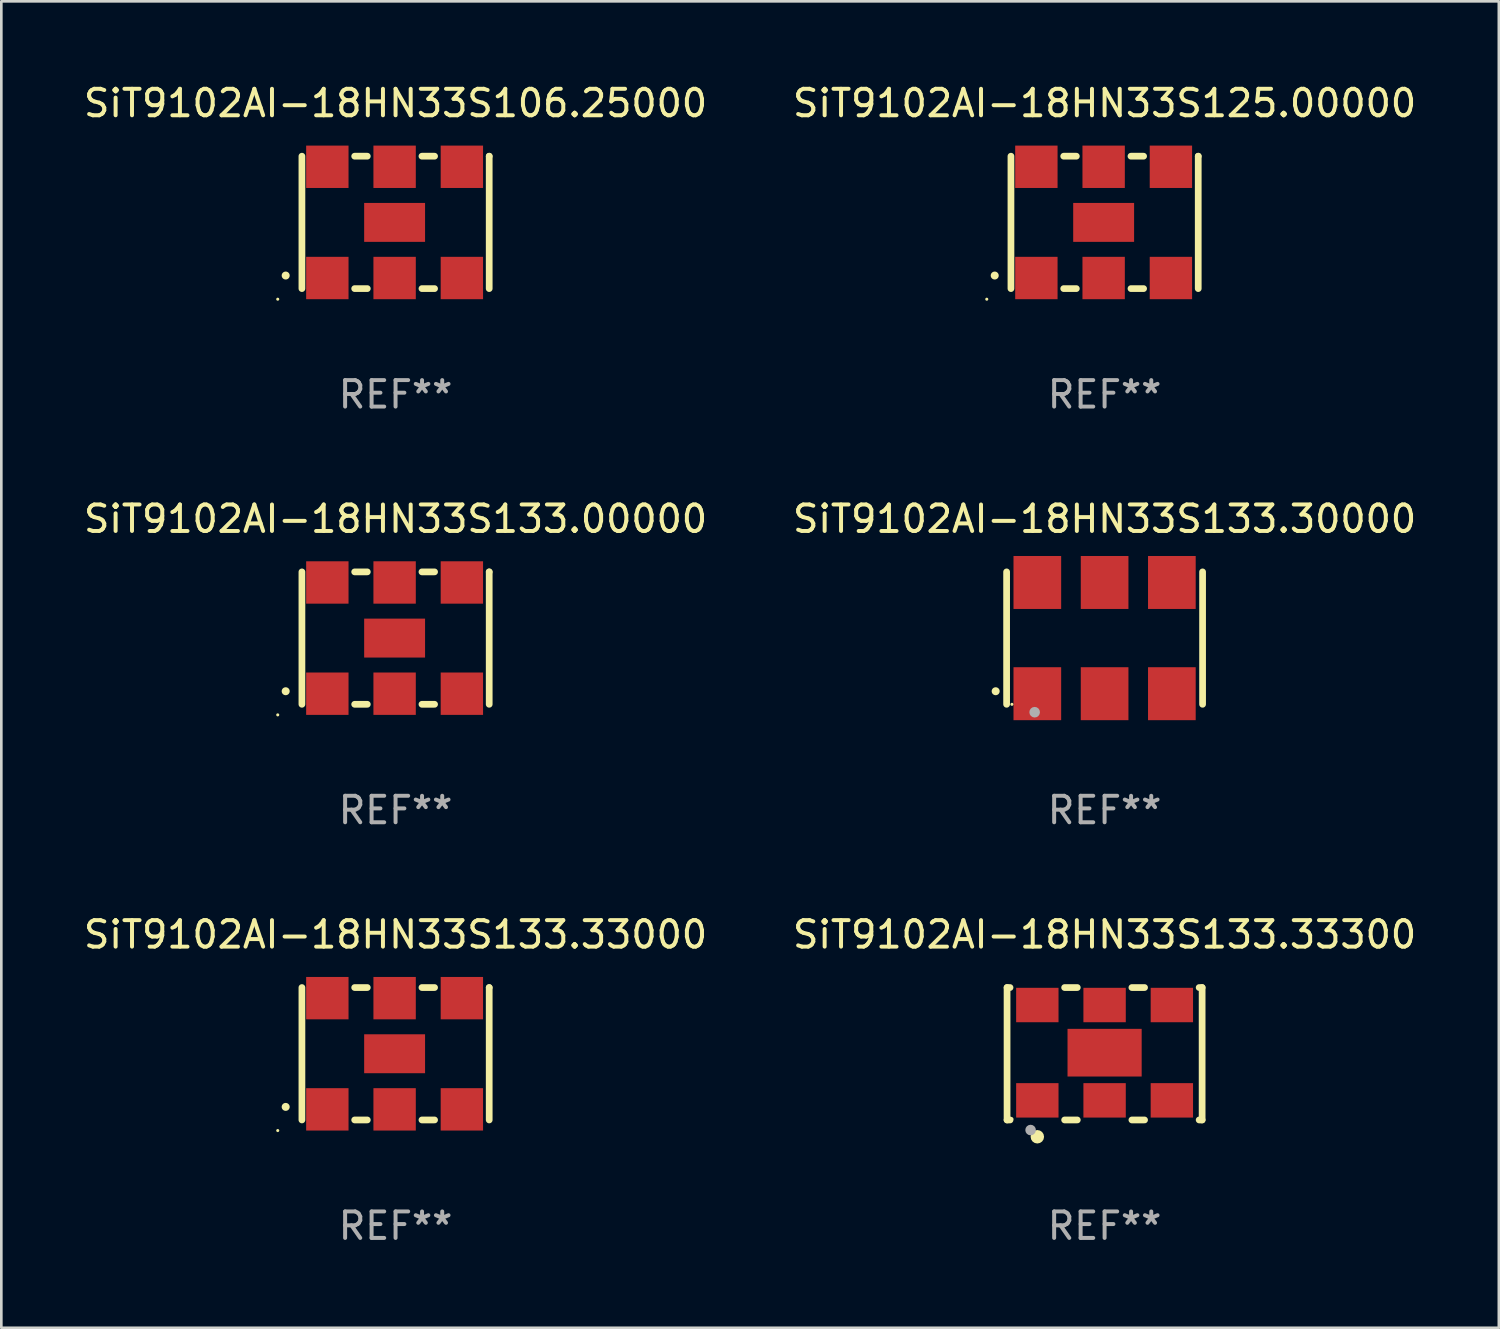
<source format=kicad_pcb>
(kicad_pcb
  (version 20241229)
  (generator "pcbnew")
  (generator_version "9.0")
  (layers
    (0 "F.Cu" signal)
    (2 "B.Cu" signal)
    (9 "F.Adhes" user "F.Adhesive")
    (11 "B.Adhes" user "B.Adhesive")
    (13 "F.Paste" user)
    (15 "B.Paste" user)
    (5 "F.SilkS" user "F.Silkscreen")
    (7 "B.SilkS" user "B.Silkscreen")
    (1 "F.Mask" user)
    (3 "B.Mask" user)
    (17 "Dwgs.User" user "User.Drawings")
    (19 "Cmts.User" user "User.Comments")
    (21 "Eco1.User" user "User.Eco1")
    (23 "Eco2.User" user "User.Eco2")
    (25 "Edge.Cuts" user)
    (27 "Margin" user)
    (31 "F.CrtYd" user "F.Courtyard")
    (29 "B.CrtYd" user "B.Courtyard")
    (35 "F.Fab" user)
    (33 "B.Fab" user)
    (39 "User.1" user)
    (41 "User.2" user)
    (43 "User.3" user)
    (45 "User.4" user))
  (footprint "SiT9102AI-18HN33S133.33000"
    (layer "F.Cu")
    (at 11.887 36.741)
    (property "Reference" "SiT9102AI-18HN33S133.33000" (at 0 -4.5 0) (layer "F.SilkS") (effects (font (size 1 1) (thickness 0.15))))
    (attr through_hole)
    (fp_line (start -3.536 -2.5) (end -3.536 2.5) (stroke (width 0.254) (type solid)) (layer "F.SilkS"))
    (fp_line (start -1.544 2.5) (end -1.067 2.5) (stroke (width 0.254) (type solid)) (layer "F.SilkS"))
    (fp_line (start -1.067 -2.5) (end -1.544 -2.5) (stroke (width 0.254) (type solid)) (layer "F.SilkS"))
    (fp_line (start 0.996 2.5) (end 1.473 2.5) (stroke (width 0.254) (type solid)) (layer "F.SilkS"))
    (fp_line (start 1.473 -2.5) (end 0.996 -2.5) (stroke (width 0.254) (type solid)) (layer "F.SilkS"))
    (fp_line (start 3.536 -2.5) (end 3.536 -2.5) (stroke (width 0.254) (type solid)) (layer "F.SilkS"))
    (fp_line (start 3.536 2.5) (end 3.536 -2.5) (stroke (width 0.254) (type solid)) (layer "F.SilkS"))
    (fp_arc (start -4.150432 2.006604) (mid -4.149162 2.006599) (end -4.147892 2.006604) (stroke (width 0.3) (type solid)) (layer "F.SilkS"))
    (fp_circle (center -4.449 2.9) (end -4.419 2.9) (stroke (width 0.06) (type solid)) (fill no) (layer "F.SilkS"))
    (fp_text user "REF**" (at 0 6.5 0) (layer "F.Fab") (effects (font (size 1 1) (thickness 0.15))))
    (pad "1" smd rect (at -2.576 2.1) (size 1.6 1.6) (layers "F.Cu" "F.Mask" "F.Paste"))
    (pad "2" smd rect (at -0.036 2.1) (size 1.6 1.6) (layers "F.Cu" "F.Mask" "F.Paste"))
    (pad "3" smd rect (at 2.504 2.1) (size 1.6 1.6) (layers "F.Cu" "F.Mask" "F.Paste"))
    (pad "4" smd rect (at 2.504 -2.1) (size 1.6 1.6) (layers "F.Cu" "F.Mask" "F.Paste"))
    (pad "5" smd rect (at -0.036 -2.1) (size 1.6 1.6) (layers "F.Cu" "F.Mask" "F.Paste"))
    (pad "6" smd rect (at -2.576 -2.1) (size 1.6 1.6) (layers "F.Cu" "F.Mask" "F.Paste"))
    (pad "7" smd rect (at -0.036 0) (size 2.3 1.47) (layers "F.Cu" "F.Mask" "F.Paste")))
  (footprint "SiT9102AI-18HN33S133.00000"
    (layer "F.Cu")
    (at 11.887 21.045)
    (property "Reference" "SiT9102AI-18HN33S133.00000" (at 0 -4.5 0) (layer "F.SilkS") (effects (font (size 1 1) (thickness 0.15))))
    (attr through_hole)
    (fp_line (start -3.536 -2.5) (end -3.536 2.5) (stroke (width 0.254) (type solid)) (layer "F.SilkS"))
    (fp_line (start -1.544 2.5) (end -1.067 2.5) (stroke (width 0.254) (type solid)) (layer "F.SilkS"))
    (fp_line (start -1.067 -2.5) (end -1.544 -2.5) (stroke (width 0.254) (type solid)) (layer "F.SilkS"))
    (fp_line (start 0.996 2.5) (end 1.473 2.5) (stroke (width 0.254) (type solid)) (layer "F.SilkS"))
    (fp_line (start 1.473 -2.5) (end 0.996 -2.5) (stroke (width 0.254) (type solid)) (layer "F.SilkS"))
    (fp_line (start 3.536 -2.5) (end 3.536 -2.5) (stroke (width 0.254) (type solid)) (layer "F.SilkS"))
    (fp_line (start 3.536 2.5) (end 3.536 -2.5) (stroke (width 0.254) (type solid)) (layer "F.SilkS"))
    (fp_arc (start -4.150432 2.006604) (mid -4.149162 2.006599) (end -4.147892 2.006604) (stroke (width 0.3) (type solid)) (layer "F.SilkS"))
    (fp_circle (center -4.449 2.9) (end -4.419 2.9) (stroke (width 0.06) (type solid)) (fill no) (layer "F.SilkS"))
    (fp_text user "REF**" (at 0 6.5 0) (layer "F.Fab") (effects (font (size 1 1) (thickness 0.15))))
    (pad "1" smd rect (at -2.576 2.1) (size 1.6 1.6) (layers "F.Cu" "F.Mask" "F.Paste"))
    (pad "2" smd rect (at -0.036 2.1) (size 1.6 1.6) (layers "F.Cu" "F.Mask" "F.Paste"))
    (pad "3" smd rect (at 2.504 2.1) (size 1.6 1.6) (layers "F.Cu" "F.Mask" "F.Paste"))
    (pad "4" smd rect (at 2.504 -2.1) (size 1.6 1.6) (layers "F.Cu" "F.Mask" "F.Paste"))
    (pad "5" smd rect (at -0.036 -2.1) (size 1.6 1.6) (layers "F.Cu" "F.Mask" "F.Paste"))
    (pad "6" smd rect (at -2.576 -2.1) (size 1.6 1.6) (layers "F.Cu" "F.Mask" "F.Paste"))
    (pad "7" smd rect (at -0.036 0) (size 2.3 1.47) (layers "F.Cu" "F.Mask" "F.Paste")))
  (footprint "SiT9102AI-18HN33S125.00000"
    (layer "F.Cu")
    (at 38.661 5.348)
    (property "Reference" "SiT9102AI-18HN33S125.00000" (at 0 -4.5 0) (layer "F.SilkS") (effects (font (size 1 1) (thickness 0.15))))
    (attr through_hole)
    (fp_line (start -3.536 -2.5) (end -3.536 2.5) (stroke (width 0.254) (type solid)) (layer "F.SilkS"))
    (fp_line (start -1.544 2.5) (end -1.067 2.5) (stroke (width 0.254) (type solid)) (layer "F.SilkS"))
    (fp_line (start -1.067 -2.5) (end -1.544 -2.5) (stroke (width 0.254) (type solid)) (layer "F.SilkS"))
    (fp_line (start 0.996 2.5) (end 1.473 2.5) (stroke (width 0.254) (type solid)) (layer "F.SilkS"))
    (fp_line (start 1.473 -2.5) (end 0.996 -2.5) (stroke (width 0.254) (type solid)) (layer "F.SilkS"))
    (fp_line (start 3.536 -2.5) (end 3.536 -2.5) (stroke (width 0.254) (type solid)) (layer "F.SilkS"))
    (fp_line (start 3.536 2.5) (end 3.536 -2.5) (stroke (width 0.254) (type solid)) (layer "F.SilkS"))
    (fp_arc (start -4.150432 2.006604) (mid -4.149162 2.006599) (end -4.147892 2.006604) (stroke (width 0.3) (type solid)) (layer "F.SilkS"))
    (fp_circle (center -4.449 2.9) (end -4.419 2.9) (stroke (width 0.06) (type solid)) (fill no) (layer "F.SilkS"))
    (fp_text user "REF**" (at 0 6.5 0) (layer "F.Fab") (effects (font (size 1 1) (thickness 0.15))))
    (pad "1" smd rect (at -2.576 2.1) (size 1.6 1.6) (layers "F.Cu" "F.Mask" "F.Paste"))
    (pad "2" smd rect (at -0.036 2.1) (size 1.6 1.6) (layers "F.Cu" "F.Mask" "F.Paste"))
    (pad "3" smd rect (at 2.504 2.1) (size 1.6 1.6) (layers "F.Cu" "F.Mask" "F.Paste"))
    (pad "4" smd rect (at 2.504 -2.1) (size 1.6 1.6) (layers "F.Cu" "F.Mask" "F.Paste"))
    (pad "5" smd rect (at -0.036 -2.1) (size 1.6 1.6) (layers "F.Cu" "F.Mask" "F.Paste"))
    (pad "6" smd rect (at -2.576 -2.1) (size 1.6 1.6) (layers "F.Cu" "F.Mask" "F.Paste"))
    (pad "7" smd rect (at -0.036 0) (size 2.3 1.47) (layers "F.Cu" "F.Mask" "F.Paste")))
  (footprint "SiT9102AI-18HN33S106.25000"
    (layer "F.Cu")
    (at 11.887 5.348)
    (property "Reference" "SiT9102AI-18HN33S106.25000" (at 0 -4.5 0) (layer "F.SilkS") (effects (font (size 1 1) (thickness 0.15))))
    (attr through_hole)
    (fp_line (start -3.536 -2.5) (end -3.536 2.5) (stroke (width 0.254) (type solid)) (layer "F.SilkS"))
    (fp_line (start -1.544 2.5) (end -1.067 2.5) (stroke (width 0.254) (type solid)) (layer "F.SilkS"))
    (fp_line (start -1.067 -2.5) (end -1.544 -2.5) (stroke (width 0.254) (type solid)) (layer "F.SilkS"))
    (fp_line (start 0.996 2.5) (end 1.473 2.5) (stroke (width 0.254) (type solid)) (layer "F.SilkS"))
    (fp_line (start 1.473 -2.5) (end 0.996 -2.5) (stroke (width 0.254) (type solid)) (layer "F.SilkS"))
    (fp_line (start 3.536 -2.5) (end 3.536 -2.5) (stroke (width 0.254) (type solid)) (layer "F.SilkS"))
    (fp_line (start 3.536 2.5) (end 3.536 -2.5) (stroke (width 0.254) (type solid)) (layer "F.SilkS"))
    (fp_arc (start -4.150432 2.006604) (mid -4.149162 2.006599) (end -4.147892 2.006604) (stroke (width 0.3) (type solid)) (layer "F.SilkS"))
    (fp_circle (center -4.449 2.9) (end -4.419 2.9) (stroke (width 0.06) (type solid)) (fill no) (layer "F.SilkS"))
    (fp_text user "REF**" (at 0 6.5 0) (layer "F.Fab") (effects (font (size 1 1) (thickness 0.15))))
    (pad "1" smd rect (at -2.576 2.1) (size 1.6 1.6) (layers "F.Cu" "F.Mask" "F.Paste"))
    (pad "2" smd rect (at -0.036 2.1) (size 1.6 1.6) (layers "F.Cu" "F.Mask" "F.Paste"))
    (pad "3" smd rect (at 2.504 2.1) (size 1.6 1.6) (layers "F.Cu" "F.Mask" "F.Paste"))
    (pad "4" smd rect (at 2.504 -2.1) (size 1.6 1.6) (layers "F.Cu" "F.Mask" "F.Paste"))
    (pad "5" smd rect (at -0.036 -2.1) (size 1.6 1.6) (layers "F.Cu" "F.Mask" "F.Paste"))
    (pad "6" smd rect (at -2.576 -2.1) (size 1.6 1.6) (layers "F.Cu" "F.Mask" "F.Paste"))
    (pad "7" smd rect (at -0.036 0) (size 2.3 1.47) (layers "F.Cu" "F.Mask" "F.Paste")))
  (footprint "SiT9102AI-18HN33S133.33300"
    (layer "F.Cu")
    (at 38.661 36.741)
    (property "Reference" "SiT9102AI-18HN33S133.33300" (at 0 -4.5 0) (layer "F.SilkS") (effects (font (size 1 1) (thickness 0.15))))
    (attr through_hole)
    (fp_line (start -3.683 -2.5) (end -3.571 -2.5) (stroke (width 0.254) (type solid)) (layer "F.SilkS"))
    (fp_line (start -3.683 2.5) (end -3.683 -2.5) (stroke (width 0.254) (type solid)) (layer "F.SilkS"))
    (fp_line (start -3.683 2.5) (end -3.571 2.5) (stroke (width 0.254) (type solid)) (layer "F.SilkS"))
    (fp_line (start -1.509 -2.5) (end -1.031 -2.5) (stroke (width 0.254) (type solid)) (layer "F.SilkS"))
    (fp_line (start -1.509 2.5) (end -1.031 2.5) (stroke (width 0.254) (type solid)) (layer "F.SilkS"))
    (fp_line (start 1.031 -2.5) (end 1.509 -2.5) (stroke (width 0.254) (type solid)) (layer "F.SilkS"))
    (fp_line (start 1.031 2.5) (end 1.509 2.5) (stroke (width 0.254) (type solid)) (layer "F.SilkS"))
    (fp_line (start 3.571 -2.5) (end 3.683 -2.5) (stroke (width 0.254) (type solid)) (layer "F.SilkS"))
    (fp_line (start 3.571 2.5) (end 3.683 2.5) (stroke (width 0.254) (type solid)) (layer "F.SilkS"))
    (fp_line (start 3.683 2.5) (end 3.683 -2.5) (stroke (width 0.254) (type solid)) (layer "F.SilkS"))
    (fp_circle (center -3.5 2.46) (end -3.47 2.46) (stroke (width 0.06) (type solid)) (fill no) (layer "F.SilkS"))
    (fp_circle (center -2.54 3.135) (end -2.413 3.135) (stroke (width 0.254) (type solid)) (fill no) (layer "F.SilkS"))
    (fp_circle (center -2.794 2.881) (end -2.694 2.881) (stroke (width 0.2) (type solid)) (fill no) (layer "F.Fab"))
    (fp_text user "REF**" (at 0 6.5 0) (layer "F.Fab") (effects (font (size 1 1) (thickness 0.15))))
    (pad "1" smd rect (at -2.54 1.76) (size 1.6 1.3) (layers "F.Cu" "F.Mask" "F.Paste"))
    (pad "2" smd rect (at 0 1.76) (size 1.6 1.3) (layers "F.Cu" "F.Mask" "F.Paste"))
    (pad "3" smd rect (at 2.54 1.76) (size 1.6 1.3) (layers "F.Cu" "F.Mask" "F.Paste"))
    (pad "4" smd rect (at 2.54 -1.84) (size 1.6 1.3) (layers "F.Cu" "F.Mask" "F.Paste"))
    (pad "5" smd rect (at 0 -1.84) (size 1.6 1.3) (layers "F.Cu" "F.Mask" "F.Paste"))
    (pad "6" smd rect (at -2.54 -1.84) (size 1.6 1.3) (layers "F.Cu" "F.Mask" "F.Paste"))
    (pad "7" smd rect (at 0 -0.04) (size 2.8 1.8) (layers "F.Cu" "F.Mask" "F.Paste")))
  (footprint "SiT9102AI-18HN33S133.30000"
    (layer "F.Cu")
    (at 38.661 21.045)
    (property "Reference" "SiT9102AI-18HN33S133.30000" (at 0 -4.5 0) (layer "F.SilkS") (effects (font (size 1 1) (thickness 0.15))))
    (attr through_hole)
    (fp_line (start -3.7 -2.5) (end -3.7 2.5) (stroke (width 0.254) (type solid)) (layer "F.SilkS"))
    (fp_line (start 3.7 -2.5) (end 3.7 2.5) (stroke (width 0.254) (type solid)) (layer "F.SilkS"))
    (fp_arc (start -4.114415 2.006604) (mid -4.113145 2.006599) (end -4.111875 2.006604) (stroke (width 0.3) (type solid)) (layer "F.SilkS"))
    (fp_circle (center -3.5 2.501) (end -3.47 2.501) (stroke (width 0.06) (type solid)) (fill no) (layer "F.SilkS"))
    (fp_circle (center -2.641 2.799) (end -2.541 2.799) (stroke (width 0.2) (type solid)) (fill no) (layer "F.Fab"))
    (fp_text user "REF**" (at 0 6.5 0) (layer "F.Fab") (effects (font (size 1 1) (thickness 0.15))))
    (pad "1" smd rect (at -2.54 2.1) (size 1.8 2) (layers "F.Cu" "F.Mask" "F.Paste"))
    (pad "2" smd rect (at 0.000394 2.1) (size 1.8 2) (layers "F.Cu" "F.Mask" "F.Paste"))
    (pad "3" smd rect (at 2.54 2.1) (size 1.8 2) (layers "F.Cu" "F.Mask" "F.Paste"))
    (pad "4" smd rect (at 2.54 -2.1) (size 1.8 2) (layers "F.Cu" "F.Mask" "F.Paste"))
    (pad "5" smd rect (at 0.000394 -2.1) (size 1.8 2) (layers "F.Cu" "F.Mask" "F.Paste"))
    (pad "6" smd rect (at -2.54 -2.1) (size 1.8 2) (layers "F.Cu" "F.Mask" "F.Paste")))
  (gr_rect
    (start -3 -3)
    (end 53.548 47.09)
    (stroke (width 0.1) (type default))
    (fill no)
    (layer "Edge.Cuts")))
</source>
